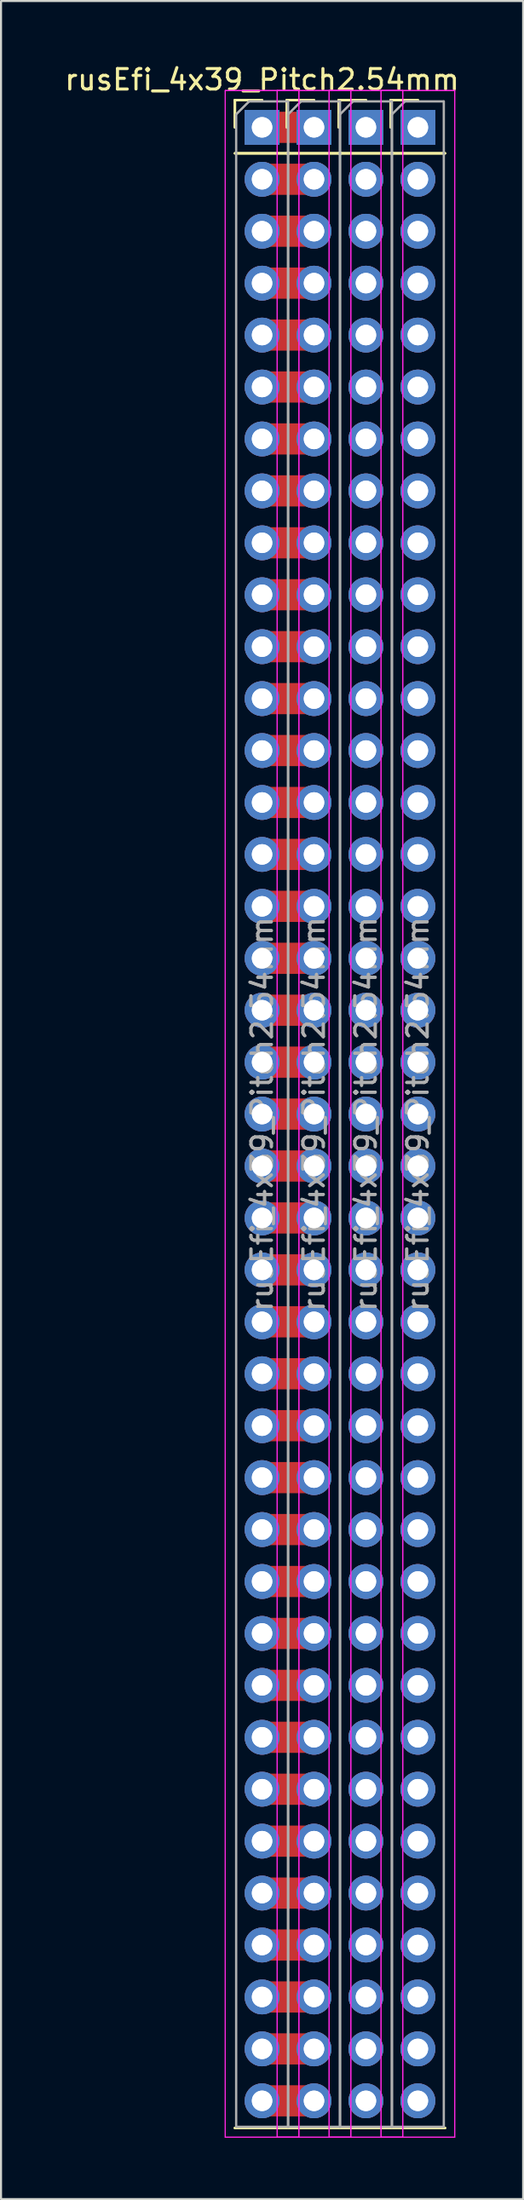
<source format=kicad_pcb>
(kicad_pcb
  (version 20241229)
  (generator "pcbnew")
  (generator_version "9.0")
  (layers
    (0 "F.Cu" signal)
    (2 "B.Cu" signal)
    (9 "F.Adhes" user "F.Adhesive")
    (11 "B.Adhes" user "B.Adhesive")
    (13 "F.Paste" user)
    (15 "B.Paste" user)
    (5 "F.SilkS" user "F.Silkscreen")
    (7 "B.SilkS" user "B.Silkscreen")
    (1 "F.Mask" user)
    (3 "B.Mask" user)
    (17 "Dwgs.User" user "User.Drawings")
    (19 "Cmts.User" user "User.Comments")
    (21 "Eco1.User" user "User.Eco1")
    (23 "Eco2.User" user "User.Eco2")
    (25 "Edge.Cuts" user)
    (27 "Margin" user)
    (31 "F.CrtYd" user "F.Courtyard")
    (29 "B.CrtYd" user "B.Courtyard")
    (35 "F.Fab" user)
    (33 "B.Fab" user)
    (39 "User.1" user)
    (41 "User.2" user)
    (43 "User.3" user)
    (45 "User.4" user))
  (footprint "rusEfi_4x39_Pitch2.54mm"
    (layer "F.Cu")
    (at 9.768 3.178)
    (property "Reference" "rusEfi_4x39_Pitch2.54mm" (at 0 -2.33 0) (layer "F.SilkS") (effects (font (size 1 1) (thickness 0.15))))
    (attr through_hole)
    (fp_line (start -1.33 -1.33) (end 0 -1.33) (stroke (width 0.12) (type solid)) (layer "F.SilkS"))
    (fp_line (start -1.33 -1.33) (end 0 -1.33) (stroke (width 0.12) (type solid)) (layer "F.SilkS"))
    (fp_line (start -1.33 0) (end -1.33 -1.33) (stroke (width 0.12) (type solid)) (layer "F.SilkS"))
    (fp_line (start -1.33 0) (end -1.33 -1.33) (stroke (width 0.12) (type solid)) (layer "F.SilkS"))
    (fp_line (start -1.33 1.27) (end 1.33 1.27) (stroke (width 0.12) (type solid)) (layer "F.SilkS"))
    (fp_line (start -1.33 1.27) (end 1.33 1.27) (stroke (width 0.12) (type solid)) (layer "F.SilkS"))
    (fp_line (start -1.33 97.85) (end 1.33 97.85) (stroke (width 0.12) (type solid)) (layer "F.SilkS"))
    (fp_line (start -1.33 97.85) (end 1.33 97.85) (stroke (width 0.12) (type solid)) (layer "F.SilkS"))
    (fp_line (start 1.21 -1.33) (end 2.54 -1.33) (stroke (width 0.12) (type solid)) (layer "F.SilkS"))
    (fp_line (start 1.21 -1.33) (end 2.54 -1.33) (stroke (width 0.12) (type solid)) (layer "F.SilkS"))
    (fp_line (start 1.21 0) (end 1.21 -1.33) (stroke (width 0.12) (type solid)) (layer "F.SilkS"))
    (fp_line (start 1.21 0) (end 1.21 -1.33) (stroke (width 0.12) (type solid)) (layer "F.SilkS"))
    (fp_line (start 1.21 1.27) (end 3.87 1.27) (stroke (width 0.12) (type solid)) (layer "F.SilkS"))
    (fp_line (start 1.21 1.27) (end 3.87 1.27) (stroke (width 0.12) (type solid)) (layer "F.SilkS"))
    (fp_line (start 1.21 97.85) (end 3.87 97.85) (stroke (width 0.12) (type solid)) (layer "F.SilkS"))
    (fp_line (start 1.21 97.85) (end 3.87 97.85) (stroke (width 0.12) (type solid)) (layer "F.SilkS"))
    (fp_line (start 3.75 -1.33) (end 5.08 -1.33) (stroke (width 0.12) (type solid)) (layer "F.SilkS"))
    (fp_line (start 3.75 -1.33) (end 5.08 -1.33) (stroke (width 0.12) (type solid)) (layer "F.SilkS"))
    (fp_line (start 3.75 0) (end 3.75 -1.33) (stroke (width 0.12) (type solid)) (layer "F.SilkS"))
    (fp_line (start 3.75 0) (end 3.75 -1.33) (stroke (width 0.12) (type solid)) (layer "F.SilkS"))
    (fp_line (start 3.75 1.27) (end 6.41 1.27) (stroke (width 0.12) (type solid)) (layer "F.SilkS"))
    (fp_line (start 3.75 1.27) (end 6.41 1.27) (stroke (width 0.12) (type solid)) (layer "F.SilkS"))
    (fp_line (start 3.75 97.85) (end 6.41 97.85) (stroke (width 0.12) (type solid)) (layer "F.SilkS"))
    (fp_line (start 3.75 97.85) (end 6.41 97.85) (stroke (width 0.12) (type solid)) (layer "F.SilkS"))
    (fp_line (start 6.29 -1.33) (end 7.62 -1.33) (stroke (width 0.12) (type solid)) (layer "F.SilkS"))
    (fp_line (start 6.29 -1.33) (end 7.62 -1.33) (stroke (width 0.12) (type solid)) (layer "F.SilkS"))
    (fp_line (start 6.29 0) (end 6.29 -1.33) (stroke (width 0.12) (type solid)) (layer "F.SilkS"))
    (fp_line (start 6.29 0) (end 6.29 -1.33) (stroke (width 0.12) (type solid)) (layer "F.SilkS"))
    (fp_line (start 6.29 1.27) (end 8.95 1.27) (stroke (width 0.12) (type solid)) (layer "F.SilkS"))
    (fp_line (start 6.29 1.27) (end 8.95 1.27) (stroke (width 0.12) (type solid)) (layer "F.SilkS"))
    (fp_line (start 6.29 97.85) (end 8.95 97.85) (stroke (width 0.12) (type solid)) (layer "F.SilkS"))
    (fp_line (start 6.29 97.85) (end 8.95 97.85) (stroke (width 0.12) (type solid)) (layer "F.SilkS"))
    (fp_line (start -1.8 -1.8) (end -1.8 98.3) (stroke (width 0.05) (type solid)) (layer "F.CrtYd"))
    (fp_line (start -1.8 -1.8) (end -1.8 98.3) (stroke (width 0.05) (type solid)) (layer "F.CrtYd"))
    (fp_line (start -1.8 98.3) (end 1.8 98.3) (stroke (width 0.05) (type solid)) (layer "F.CrtYd"))
    (fp_line (start -1.8 98.3) (end 1.8 98.3) (stroke (width 0.05) (type solid)) (layer "F.CrtYd"))
    (fp_line (start 0.74 -1.8) (end 0.74 98.3) (stroke (width 0.05) (type solid)) (layer "F.CrtYd"))
    (fp_line (start 0.74 -1.8) (end 0.74 98.3) (stroke (width 0.05) (type solid)) (layer "F.CrtYd"))
    (fp_line (start 0.74 98.3) (end 4.34 98.3) (stroke (width 0.05) (type solid)) (layer "F.CrtYd"))
    (fp_line (start 0.74 98.3) (end 4.34 98.3) (stroke (width 0.05) (type solid)) (layer "F.CrtYd"))
    (fp_line (start 1.8 -1.8) (end -1.8 -1.8) (stroke (width 0.05) (type solid)) (layer "F.CrtYd"))
    (fp_line (start 1.8 -1.8) (end -1.8 -1.8) (stroke (width 0.05) (type solid)) (layer "F.CrtYd"))
    (fp_line (start 1.8 98.3) (end 1.8 -1.8) (stroke (width 0.05) (type solid)) (layer "F.CrtYd"))
    (fp_line (start 1.8 98.3) (end 1.8 -1.8) (stroke (width 0.05) (type solid)) (layer "F.CrtYd"))
    (fp_line (start 3.28 -1.8) (end 3.28 98.3) (stroke (width 0.05) (type solid)) (layer "F.CrtYd"))
    (fp_line (start 3.28 -1.8) (end 3.28 98.3) (stroke (width 0.05) (type solid)) (layer "F.CrtYd"))
    (fp_line (start 3.28 98.3) (end 6.88 98.3) (stroke (width 0.05) (type solid)) (layer "F.CrtYd"))
    (fp_line (start 3.28 98.3) (end 6.88 98.3) (stroke (width 0.05) (type solid)) (layer "F.CrtYd"))
    (fp_line (start 4.34 -1.8) (end 0.74 -1.8) (stroke (width 0.05) (type solid)) (layer "F.CrtYd"))
    (fp_line (start 4.34 -1.8) (end 0.74 -1.8) (stroke (width 0.05) (type solid)) (layer "F.CrtYd"))
    (fp_line (start 4.34 98.3) (end 4.34 -1.8) (stroke (width 0.05) (type solid)) (layer "F.CrtYd"))
    (fp_line (start 4.34 98.3) (end 4.34 -1.8) (stroke (width 0.05) (type solid)) (layer "F.CrtYd"))
    (fp_line (start 5.82 -1.8) (end 5.82 98.3) (stroke (width 0.05) (type solid)) (layer "F.CrtYd"))
    (fp_line (start 5.82 -1.8) (end 5.82 98.3) (stroke (width 0.05) (type solid)) (layer "F.CrtYd"))
    (fp_line (start 5.82 98.3) (end 9.42 98.3) (stroke (width 0.05) (type solid)) (layer "F.CrtYd"))
    (fp_line (start 5.82 98.3) (end 9.42 98.3) (stroke (width 0.05) (type solid)) (layer "F.CrtYd"))
    (fp_line (start 6.88 -1.8) (end 3.28 -1.8) (stroke (width 0.05) (type solid)) (layer "F.CrtYd"))
    (fp_line (start 6.88 -1.8) (end 3.28 -1.8) (stroke (width 0.05) (type solid)) (layer "F.CrtYd"))
    (fp_line (start 6.88 98.3) (end 6.88 -1.8) (stroke (width 0.05) (type solid)) (layer "F.CrtYd"))
    (fp_line (start 6.88 98.3) (end 6.88 -1.8) (stroke (width 0.05) (type solid)) (layer "F.CrtYd"))
    (fp_line (start 9.42 -1.8) (end 5.82 -1.8) (stroke (width 0.05) (type solid)) (layer "F.CrtYd"))
    (fp_line (start 9.42 -1.8) (end 5.82 -1.8) (stroke (width 0.05) (type solid)) (layer "F.CrtYd"))
    (fp_line (start 9.42 98.3) (end 9.42 -1.8) (stroke (width 0.05) (type solid)) (layer "F.CrtYd"))
    (fp_line (start 9.42 98.3) (end 9.42 -1.8) (stroke (width 0.05) (type solid)) (layer "F.CrtYd"))
    (fp_line (start -1.27 -0.635) (end -0.635 -1.27) (stroke (width 0.1) (type solid)) (layer "F.Fab"))
    (fp_line (start -1.27 -0.635) (end -0.635 -1.27) (stroke (width 0.1) (type solid)) (layer "F.Fab"))
    (fp_line (start -1.27 97.79) (end -1.27 -0.635) (stroke (width 0.1) (type solid)) (layer "F.Fab"))
    (fp_line (start -1.27 97.79) (end -1.27 -0.635) (stroke (width 0.1) (type solid)) (layer "F.Fab"))
    (fp_line (start -0.635 -1.27) (end 1.27 -1.27) (stroke (width 0.1) (type solid)) (layer "F.Fab"))
    (fp_line (start -0.635 -1.27) (end 1.27 -1.27) (stroke (width 0.1) (type solid)) (layer "F.Fab"))
    (fp_line (start 1.27 -1.27) (end 1.27 97.79) (stroke (width 0.1) (type solid)) (layer "F.Fab"))
    (fp_line (start 1.27 -1.27) (end 1.27 97.79) (stroke (width 0.1) (type solid)) (layer "F.Fab"))
    (fp_line (start 1.27 -0.635) (end 1.905 -1.27) (stroke (width 0.1) (type solid)) (layer "F.Fab"))
    (fp_line (start 1.27 -0.635) (end 1.905 -1.27) (stroke (width 0.1) (type solid)) (layer "F.Fab"))
    (fp_line (start 1.27 97.79) (end -1.27 97.79) (stroke (width 0.1) (type solid)) (layer "F.Fab"))
    (fp_line (start 1.27 97.79) (end -1.27 97.79) (stroke (width 0.1) (type solid)) (layer "F.Fab"))
    (fp_line (start 1.27 97.79) (end 1.27 -0.635) (stroke (width 0.1) (type solid)) (layer "F.Fab"))
    (fp_line (start 1.27 97.79) (end 1.27 -0.635) (stroke (width 0.1) (type solid)) (layer "F.Fab"))
    (fp_line (start 1.905 -1.27) (end 3.81 -1.27) (stroke (width 0.1) (type solid)) (layer "F.Fab"))
    (fp_line (start 1.905 -1.27) (end 3.81 -1.27) (stroke (width 0.1) (type solid)) (layer "F.Fab"))
    (fp_line (start 3.81 -1.27) (end 3.81 97.79) (stroke (width 0.1) (type solid)) (layer "F.Fab"))
    (fp_line (start 3.81 -1.27) (end 3.81 97.79) (stroke (width 0.1) (type solid)) (layer "F.Fab"))
    (fp_line (start 3.81 -0.635) (end 4.445 -1.27) (stroke (width 0.1) (type solid)) (layer "F.Fab"))
    (fp_line (start 3.81 -0.635) (end 4.445 -1.27) (stroke (width 0.1) (type solid)) (layer "F.Fab"))
    (fp_line (start 3.81 97.79) (end 1.27 97.79) (stroke (width 0.1) (type solid)) (layer "F.Fab"))
    (fp_line (start 3.81 97.79) (end 1.27 97.79) (stroke (width 0.1) (type solid)) (layer "F.Fab"))
    (fp_line (start 3.81 97.79) (end 3.81 -0.635) (stroke (width 0.1) (type solid)) (layer "F.Fab"))
    (fp_line (start 3.81 97.79) (end 3.81 -0.635) (stroke (width 0.1) (type solid)) (layer "F.Fab"))
    (fp_line (start 4.445 -1.27) (end 6.35 -1.27) (stroke (width 0.1) (type solid)) (layer "F.Fab"))
    (fp_line (start 4.445 -1.27) (end 6.35 -1.27) (stroke (width 0.1) (type solid)) (layer "F.Fab"))
    (fp_line (start 6.35 -1.27) (end 6.35 97.79) (stroke (width 0.1) (type solid)) (layer "F.Fab"))
    (fp_line (start 6.35 -1.27) (end 6.35 97.79) (stroke (width 0.1) (type solid)) (layer "F.Fab"))
    (fp_line (start 6.35 -0.635) (end 6.985 -1.27) (stroke (width 0.1) (type solid)) (layer "F.Fab"))
    (fp_line (start 6.35 -0.635) (end 6.985 -1.27) (stroke (width 0.1) (type solid)) (layer "F.Fab"))
    (fp_line (start 6.35 97.79) (end 3.81 97.79) (stroke (width 0.1) (type solid)) (layer "F.Fab"))
    (fp_line (start 6.35 97.79) (end 3.81 97.79) (stroke (width 0.1) (type solid)) (layer "F.Fab"))
    (fp_line (start 6.35 97.79) (end 6.35 -0.635) (stroke (width 0.1) (type solid)) (layer "F.Fab"))
    (fp_line (start 6.35 97.79) (end 6.35 -0.635) (stroke (width 0.1) (type solid)) (layer "F.Fab"))
    (fp_line (start 6.985 -1.27) (end 8.89 -1.27) (stroke (width 0.1) (type solid)) (layer "F.Fab"))
    (fp_line (start 6.985 -1.27) (end 8.89 -1.27) (stroke (width 0.1) (type solid)) (layer "F.Fab"))
    (fp_line (start 8.89 -1.27) (end 8.89 97.79) (stroke (width 0.1) (type solid)) (layer "F.Fab"))
    (fp_line (start 8.89 -1.27) (end 8.89 97.79) (stroke (width 0.1) (type solid)) (layer "F.Fab"))
    (fp_line (start 8.89 97.79) (end 6.35 97.79) (stroke (width 0.1) (type solid)) (layer "F.Fab"))
    (fp_line (start 8.89 97.79) (end 6.35 97.79) (stroke (width 0.1) (type solid)) (layer "F.Fab"))
    (fp_text user "${REFERENCE}" (at 2.54 48.26 90) (layer "F.Fab") (effects (font (size 1 1) (thickness 0.15))))
    (fp_text user "${REFERENCE}" (at 0 48.26 90) (layer "F.Fab") (effects (font (size 1 1) (thickness 0.15))))
    (fp_text user "${REFERENCE}" (at 5.08 48.26 90) (layer "F.Fab") (effects (font (size 1 1) (thickness 0.15))))
    (fp_text user "${REFERENCE}" (at 5.08 48.26 90) (layer "F.Fab") (effects (font (size 1 1) (thickness 0.15))))
    (fp_text user "${REFERENCE}" (at 2.54 48.26 90) (layer "F.Fab") (effects (font (size 1 1) (thickness 0.15))))
    (fp_text user "${REFERENCE}" (at 0 48.26 90) (layer "F.Fab") (effects (font (size 1 1) (thickness 0.15))))
    (fp_text user "${REFERENCE}" (at 7.62 48.26 90) (layer "F.Fab") (effects (font (size 1 1) (thickness 0.15))))
    (fp_text user "${REFERENCE}" (at 7.62 48.26 90) (layer "F.Fab") (effects (font (size 1 1) (thickness 0.15))))
    (pad "1" thru_hole rect (at 0 0) (size 1.7 1.7) (drill 1) (layers "*.Cu" "*.Mask"))
    (pad "1" thru_hole rect (at 0 0) (size 1.7 1.7) (drill 1) (layers "*.Cu" "*.Mask"))
    (pad "1" smd rect (at 1.27 0) (size 2.54 1.524) (layers "F.Cu"))
    (pad "1" thru_hole rect (at 2.54 0) (size 1.7 1.7) (drill 1) (layers "*.Cu" "*.Mask"))
    (pad "1" thru_hole rect (at 2.54 0) (size 1.7 1.7) (drill 1) (layers "*.Cu" "*.Mask"))
    (pad "1" thru_hole rect (at 5.08 0) (size 1.7 1.7) (drill 1) (layers "*.Cu" "*.Mask"))
    (pad "1" thru_hole rect (at 5.08 0) (size 1.7 1.7) (drill 1) (layers "*.Cu" "*.Mask"))
    (pad "1" thru_hole rect (at 7.62 0) (size 1.7 1.7) (drill 1) (layers "*.Cu" "*.Mask"))
    (pad "1" thru_hole rect (at 7.62 0) (size 1.7 1.7) (drill 1) (layers "*.Cu" "*.Mask"))
    (pad "2" thru_hole oval (at 0 2.54) (size 1.7 1.7) (drill 1) (layers "*.Cu" "*.Mask"))
    (pad "2" thru_hole oval (at 0 2.54) (size 1.7 1.7) (drill 1) (layers "*.Cu" "*.Mask"))
    (pad "2" smd rect (at 1.27 2.54) (size 2.54 1.524) (layers "F.Cu"))
    (pad "2" thru_hole oval (at 2.54 2.54) (size 1.7 1.7) (drill 1) (layers "*.Cu" "*.Mask"))
    (pad "2" thru_hole oval (at 2.54 2.54) (size 1.7 1.7) (drill 1) (layers "*.Cu" "*.Mask"))
    (pad "2" thru_hole oval (at 5.08 2.54) (size 1.7 1.7) (drill 1) (layers "*.Cu" "*.Mask"))
    (pad "2" thru_hole oval (at 5.08 2.54) (size 1.7 1.7) (drill 1) (layers "*.Cu" "*.Mask"))
    (pad "2" thru_hole oval (at 7.62 2.54) (size 1.7 1.7) (drill 1) (layers "*.Cu" "*.Mask"))
    (pad "2" thru_hole oval (at 7.62 2.54) (size 1.7 1.7) (drill 1) (layers "*.Cu" "*.Mask"))
    (pad "3" thru_hole oval (at 0 5.08) (size 1.7 1.7) (drill 1) (layers "*.Cu" "*.Mask"))
    (pad "3" thru_hole oval (at 0 5.08) (size 1.7 1.7) (drill 1) (layers "*.Cu" "*.Mask"))
    (pad "3" smd rect (at 1.27 5.08) (size 2.54 1.524) (layers "F.Cu"))
    (pad "3" thru_hole oval (at 2.54 5.08) (size 1.7 1.7) (drill 1) (layers "*.Cu" "*.Mask"))
    (pad "3" thru_hole oval (at 2.54 5.08) (size 1.7 1.7) (drill 1) (layers "*.Cu" "*.Mask"))
    (pad "3" thru_hole oval (at 5.08 5.08) (size 1.7 1.7) (drill 1) (layers "*.Cu" "*.Mask"))
    (pad "3" thru_hole oval (at 5.08 5.08) (size 1.7 1.7) (drill 1) (layers "*.Cu" "*.Mask"))
    (pad "3" thru_hole oval (at 7.62 5.08) (size 1.7 1.7) (drill 1) (layers "*.Cu" "*.Mask"))
    (pad "3" thru_hole oval (at 7.62 5.08) (size 1.7 1.7) (drill 1) (layers "*.Cu" "*.Mask"))
    (pad "4" thru_hole oval (at 0 7.62) (size 1.7 1.7) (drill 1) (layers "*.Cu" "*.Mask"))
    (pad "4" thru_hole oval (at 0 7.62) (size 1.7 1.7) (drill 1) (layers "*.Cu" "*.Mask"))
    (pad "4" smd rect (at 1.27 7.62) (size 2.54 1.524) (layers "F.Cu"))
    (pad "4" thru_hole oval (at 2.54 7.62) (size 1.7 1.7) (drill 1) (layers "*.Cu" "*.Mask"))
    (pad "4" thru_hole oval (at 2.54 7.62) (size 1.7 1.7) (drill 1) (layers "*.Cu" "*.Mask"))
    (pad "4" thru_hole oval (at 5.08 7.62) (size 1.7 1.7) (drill 1) (layers "*.Cu" "*.Mask"))
    (pad "4" thru_hole oval (at 5.08 7.62) (size 1.7 1.7) (drill 1) (layers "*.Cu" "*.Mask"))
    (pad "4" thru_hole oval (at 7.62 7.62) (size 1.7 1.7) (drill 1) (layers "*.Cu" "*.Mask"))
    (pad "4" thru_hole oval (at 7.62 7.62) (size 1.7 1.7) (drill 1) (layers "*.Cu" "*.Mask"))
    (pad "5" thru_hole oval (at 0 10.16) (size 1.7 1.7) (drill 1) (layers "*.Cu" "*.Mask"))
    (pad "5" thru_hole oval (at 0 10.16) (size 1.7 1.7) (drill 1) (layers "*.Cu" "*.Mask"))
    (pad "5" smd rect (at 1.27 10.16) (size 2.54 1.524) (layers "F.Cu"))
    (pad "5" thru_hole oval (at 2.54 10.16) (size 1.7 1.7) (drill 1) (layers "*.Cu" "*.Mask"))
    (pad "5" thru_hole oval (at 2.54 10.16) (size 1.7 1.7) (drill 1) (layers "*.Cu" "*.Mask"))
    (pad "5" thru_hole oval (at 5.08 10.16) (size 1.7 1.7) (drill 1) (layers "*.Cu" "*.Mask"))
    (pad "5" thru_hole oval (at 5.08 10.16) (size 1.7 1.7) (drill 1) (layers "*.Cu" "*.Mask"))
    (pad "5" thru_hole oval (at 7.62 10.16) (size 1.7 1.7) (drill 1) (layers "*.Cu" "*.Mask"))
    (pad "5" thru_hole oval (at 7.62 10.16) (size 1.7 1.7) (drill 1) (layers "*.Cu" "*.Mask"))
    (pad "6" thru_hole oval (at 0 12.7) (size 1.7 1.7) (drill 1) (layers "*.Cu" "*.Mask"))
    (pad "6" thru_hole oval (at 0 12.7) (size 1.7 1.7) (drill 1) (layers "*.Cu" "*.Mask"))
    (pad "6" smd rect (at 1.27 12.7) (size 2.54 1.524) (layers "F.Cu"))
    (pad "6" thru_hole oval (at 2.54 12.7) (size 1.7 1.7) (drill 1) (layers "*.Cu" "*.Mask"))
    (pad "6" thru_hole oval (at 2.54 12.7) (size 1.7 1.7) (drill 1) (layers "*.Cu" "*.Mask"))
    (pad "6" thru_hole oval (at 5.08 12.7) (size 1.7 1.7) (drill 1) (layers "*.Cu" "*.Mask"))
    (pad "6" thru_hole oval (at 5.08 12.7) (size 1.7 1.7) (drill 1) (layers "*.Cu" "*.Mask"))
    (pad "6" thru_hole oval (at 7.62 12.7) (size 1.7 1.7) (drill 1) (layers "*.Cu" "*.Mask"))
    (pad "6" thru_hole oval (at 7.62 12.7) (size 1.7 1.7) (drill 1) (layers "*.Cu" "*.Mask"))
    (pad "7" thru_hole oval (at 0 15.24) (size 1.7 1.7) (drill 1) (layers "*.Cu" "*.Mask"))
    (pad "7" thru_hole oval (at 0 15.24) (size 1.7 1.7) (drill 1) (layers "*.Cu" "*.Mask"))
    (pad "7" smd rect (at 1.27 15.24) (size 2.54 1.524) (layers "F.Cu"))
    (pad "7" thru_hole oval (at 2.54 15.24) (size 1.7 1.7) (drill 1) (layers "*.Cu" "*.Mask"))
    (pad "7" thru_hole oval (at 2.54 15.24) (size 1.7 1.7) (drill 1) (layers "*.Cu" "*.Mask"))
    (pad "7" thru_hole oval (at 5.08 15.24) (size 1.7 1.7) (drill 1) (layers "*.Cu" "*.Mask"))
    (pad "7" thru_hole oval (at 5.08 15.24) (size 1.7 1.7) (drill 1) (layers "*.Cu" "*.Mask"))
    (pad "7" thru_hole oval (at 7.62 15.24) (size 1.7 1.7) (drill 1) (layers "*.Cu" "*.Mask"))
    (pad "7" thru_hole oval (at 7.62 15.24) (size 1.7 1.7) (drill 1) (layers "*.Cu" "*.Mask"))
    (pad "8" thru_hole oval (at 0 17.78) (size 1.7 1.7) (drill 1) (layers "*.Cu" "*.Mask"))
    (pad "8" thru_hole oval (at 0 17.78) (size 1.7 1.7) (drill 1) (layers "*.Cu" "*.Mask"))
    (pad "8" smd rect (at 1.27 17.78) (size 2.54 1.524) (layers "F.Cu"))
    (pad "8" thru_hole oval (at 2.54 17.78) (size 1.7 1.7) (drill 1) (layers "*.Cu" "*.Mask"))
    (pad "8" thru_hole oval (at 2.54 17.78) (size 1.7 1.7) (drill 1) (layers "*.Cu" "*.Mask"))
    (pad "8" thru_hole oval (at 5.08 17.78) (size 1.7 1.7) (drill 1) (layers "*.Cu" "*.Mask"))
    (pad "8" thru_hole oval (at 5.08 17.78) (size 1.7 1.7) (drill 1) (layers "*.Cu" "*.Mask"))
    (pad "8" thru_hole oval (at 7.62 17.78) (size 1.7 1.7) (drill 1) (layers "*.Cu" "*.Mask"))
    (pad "8" thru_hole oval (at 7.62 17.78) (size 1.7 1.7) (drill 1) (layers "*.Cu" "*.Mask"))
    (pad "9" thru_hole oval (at 0 20.32) (size 1.7 1.7) (drill 1) (layers "*.Cu" "*.Mask"))
    (pad "9" thru_hole oval (at 0 20.32) (size 1.7 1.7) (drill 1) (layers "*.Cu" "*.Mask"))
    (pad "9" smd rect (at 1.27 20.32) (size 2.54 1.524) (layers "F.Cu"))
    (pad "9" thru_hole oval (at 2.54 20.32) (size 1.7 1.7) (drill 1) (layers "*.Cu" "*.Mask"))
    (pad "9" thru_hole oval (at 2.54 20.32) (size 1.7 1.7) (drill 1) (layers "*.Cu" "*.Mask"))
    (pad "9" thru_hole oval (at 5.08 20.32) (size 1.7 1.7) (drill 1) (layers "*.Cu" "*.Mask"))
    (pad "9" thru_hole oval (at 5.08 20.32) (size 1.7 1.7) (drill 1) (layers "*.Cu" "*.Mask"))
    (pad "9" thru_hole oval (at 7.62 20.32) (size 1.7 1.7) (drill 1) (layers "*.Cu" "*.Mask"))
    (pad "9" thru_hole oval (at 7.62 20.32) (size 1.7 1.7) (drill 1) (layers "*.Cu" "*.Mask"))
    (pad "10" thru_hole oval (at 0 22.86) (size 1.7 1.7) (drill 1) (layers "*.Cu" "*.Mask"))
    (pad "10" thru_hole oval (at 0 22.86) (size 1.7 1.7) (drill 1) (layers "*.Cu" "*.Mask"))
    (pad "10" smd rect (at 1.27 22.86) (size 2.54 1.524) (layers "F.Cu"))
    (pad "10" thru_hole oval (at 2.54 22.86) (size 1.7 1.7) (drill 1) (layers "*.Cu" "*.Mask"))
    (pad "10" thru_hole oval (at 2.54 22.86) (size 1.7 1.7) (drill 1) (layers "*.Cu" "*.Mask"))
    (pad "10" thru_hole oval (at 5.08 22.86) (size 1.7 1.7) (drill 1) (layers "*.Cu" "*.Mask"))
    (pad "10" thru_hole oval (at 5.08 22.86) (size 1.7 1.7) (drill 1) (layers "*.Cu" "*.Mask"))
    (pad "10" thru_hole oval (at 7.62 22.86) (size 1.7 1.7) (drill 1) (layers "*.Cu" "*.Mask"))
    (pad "10" thru_hole oval (at 7.62 22.86) (size 1.7 1.7) (drill 1) (layers "*.Cu" "*.Mask"))
    (pad "11" thru_hole oval (at 0 25.4) (size 1.7 1.7) (drill 1) (layers "*.Cu" "*.Mask"))
    (pad "11" thru_hole oval (at 0 25.4) (size 1.7 1.7) (drill 1) (layers "*.Cu" "*.Mask"))
    (pad "11" smd rect (at 1.27 25.4) (size 2.54 1.524) (layers "F.Cu"))
    (pad "11" thru_hole oval (at 2.54 25.4) (size 1.7 1.7) (drill 1) (layers "*.Cu" "*.Mask"))
    (pad "11" thru_hole oval (at 2.54 25.4) (size 1.7 1.7) (drill 1) (layers "*.Cu" "*.Mask"))
    (pad "11" thru_hole oval (at 5.08 25.4) (size 1.7 1.7) (drill 1) (layers "*.Cu" "*.Mask"))
    (pad "11" thru_hole oval (at 5.08 25.4) (size 1.7 1.7) (drill 1) (layers "*.Cu" "*.Mask"))
    (pad "11" thru_hole oval (at 7.62 25.4) (size 1.7 1.7) (drill 1) (layers "*.Cu" "*.Mask"))
    (pad "11" thru_hole oval (at 7.62 25.4) (size 1.7 1.7) (drill 1) (layers "*.Cu" "*.Mask"))
    (pad "12" thru_hole oval (at 0 27.94) (size 1.7 1.7) (drill 1) (layers "*.Cu" "*.Mask"))
    (pad "12" thru_hole oval (at 0 27.94) (size 1.7 1.7) (drill 1) (layers "*.Cu" "*.Mask"))
    (pad "12" smd rect (at 1.27 27.94) (size 2.54 1.524) (layers "F.Cu"))
    (pad "12" thru_hole oval (at 2.54 27.94) (size 1.7 1.7) (drill 1) (layers "*.Cu" "*.Mask"))
    (pad "12" thru_hole oval (at 2.54 27.94) (size 1.7 1.7) (drill 1) (layers "*.Cu" "*.Mask"))
    (pad "12" thru_hole oval (at 5.08 27.94) (size 1.7 1.7) (drill 1) (layers "*.Cu" "*.Mask"))
    (pad "12" thru_hole oval (at 5.08 27.94) (size 1.7 1.7) (drill 1) (layers "*.Cu" "*.Mask"))
    (pad "12" thru_hole oval (at 7.62 27.94) (size 1.7 1.7) (drill 1) (layers "*.Cu" "*.Mask"))
    (pad "12" thru_hole oval (at 7.62 27.94) (size 1.7 1.7) (drill 1) (layers "*.Cu" "*.Mask"))
    (pad "13" thru_hole oval (at 0 30.48) (size 1.7 1.7) (drill 1) (layers "*.Cu" "*.Mask"))
    (pad "13" thru_hole oval (at 0 30.48) (size 1.7 1.7) (drill 1) (layers "*.Cu" "*.Mask"))
    (pad "13" smd rect (at 1.27 30.48) (size 2.54 1.524) (layers "F.Cu"))
    (pad "13" thru_hole oval (at 2.54 30.48) (size 1.7 1.7) (drill 1) (layers "*.Cu" "*.Mask"))
    (pad "13" thru_hole oval (at 2.54 30.48) (size 1.7 1.7) (drill 1) (layers "*.Cu" "*.Mask"))
    (pad "13" thru_hole oval (at 5.08 30.48) (size 1.7 1.7) (drill 1) (layers "*.Cu" "*.Mask"))
    (pad "13" thru_hole oval (at 5.08 30.48) (size 1.7 1.7) (drill 1) (layers "*.Cu" "*.Mask"))
    (pad "13" thru_hole oval (at 7.62 30.48) (size 1.7 1.7) (drill 1) (layers "*.Cu" "*.Mask"))
    (pad "13" thru_hole oval (at 7.62 30.48) (size 1.7 1.7) (drill 1) (layers "*.Cu" "*.Mask"))
    (pad "14" thru_hole oval (at 0 33.02) (size 1.7 1.7) (drill 1) (layers "*.Cu" "*.Mask"))
    (pad "14" thru_hole oval (at 0 33.02) (size 1.7 1.7) (drill 1) (layers "*.Cu" "*.Mask"))
    (pad "14" smd rect (at 1.27 33.02) (size 2.54 1.524) (layers "F.Cu"))
    (pad "14" thru_hole oval (at 2.54 33.02) (size 1.7 1.7) (drill 1) (layers "*.Cu" "*.Mask"))
    (pad "14" thru_hole oval (at 2.54 33.02) (size 1.7 1.7) (drill 1) (layers "*.Cu" "*.Mask"))
    (pad "14" thru_hole oval (at 5.08 33.02) (size 1.7 1.7) (drill 1) (layers "*.Cu" "*.Mask"))
    (pad "14" thru_hole oval (at 5.08 33.02) (size 1.7 1.7) (drill 1) (layers "*.Cu" "*.Mask"))
    (pad "14" thru_hole oval (at 7.62 33.02) (size 1.7 1.7) (drill 1) (layers "*.Cu" "*.Mask"))
    (pad "14" thru_hole oval (at 7.62 33.02) (size 1.7 1.7) (drill 1) (layers "*.Cu" "*.Mask"))
    (pad "15" thru_hole oval (at 0 35.56) (size 1.7 1.7) (drill 1) (layers "*.Cu" "*.Mask"))
    (pad "15" thru_hole oval (at 0 35.56) (size 1.7 1.7) (drill 1) (layers "*.Cu" "*.Mask"))
    (pad "15" smd rect (at 1.27 35.56) (size 2.54 1.524) (layers "F.Cu"))
    (pad "15" thru_hole oval (at 2.54 35.56) (size 1.7 1.7) (drill 1) (layers "*.Cu" "*.Mask"))
    (pad "15" thru_hole oval (at 2.54 35.56) (size 1.7 1.7) (drill 1) (layers "*.Cu" "*.Mask"))
    (pad "15" thru_hole oval (at 5.08 35.56) (size 1.7 1.7) (drill 1) (layers "*.Cu" "*.Mask"))
    (pad "15" thru_hole oval (at 5.08 35.56) (size 1.7 1.7) (drill 1) (layers "*.Cu" "*.Mask"))
    (pad "15" thru_hole oval (at 7.62 35.56) (size 1.7 1.7) (drill 1) (layers "*.Cu" "*.Mask"))
    (pad "15" thru_hole oval (at 7.62 35.56) (size 1.7 1.7) (drill 1) (layers "*.Cu" "*.Mask"))
    (pad "16" thru_hole oval (at 0 38.1) (size 1.7 1.7) (drill 1) (layers "*.Cu" "*.Mask"))
    (pad "16" thru_hole oval (at 0 38.1) (size 1.7 1.7) (drill 1) (layers "*.Cu" "*.Mask"))
    (pad "16" smd rect (at 1.27 38.1) (size 2.54 1.524) (layers "F.Cu"))
    (pad "16" thru_hole oval (at 2.54 38.1) (size 1.7 1.7) (drill 1) (layers "*.Cu" "*.Mask"))
    (pad "16" thru_hole oval (at 2.54 38.1) (size 1.7 1.7) (drill 1) (layers "*.Cu" "*.Mask"))
    (pad "16" thru_hole oval (at 5.08 38.1) (size 1.7 1.7) (drill 1) (layers "*.Cu" "*.Mask"))
    (pad "16" thru_hole oval (at 5.08 38.1) (size 1.7 1.7) (drill 1) (layers "*.Cu" "*.Mask"))
    (pad "16" thru_hole oval (at 7.62 38.1) (size 1.7 1.7) (drill 1) (layers "*.Cu" "*.Mask"))
    (pad "16" thru_hole oval (at 7.62 38.1) (size 1.7 1.7) (drill 1) (layers "*.Cu" "*.Mask"))
    (pad "17" thru_hole oval (at 0 40.64) (size 1.7 1.7) (drill 1) (layers "*.Cu" "*.Mask"))
    (pad "17" thru_hole oval (at 0 40.64) (size 1.7 1.7) (drill 1) (layers "*.Cu" "*.Mask"))
    (pad "17" smd rect (at 1.27 40.64) (size 2.54 1.524) (layers "F.Cu"))
    (pad "17" thru_hole oval (at 2.54 40.64) (size 1.7 1.7) (drill 1) (layers "*.Cu" "*.Mask"))
    (pad "17" thru_hole oval (at 2.54 40.64) (size 1.7 1.7) (drill 1) (layers "*.Cu" "*.Mask"))
    (pad "17" thru_hole oval (at 5.08 40.64) (size 1.7 1.7) (drill 1) (layers "*.Cu" "*.Mask"))
    (pad "17" thru_hole oval (at 5.08 40.64) (size 1.7 1.7) (drill 1) (layers "*.Cu" "*.Mask"))
    (pad "17" thru_hole oval (at 7.62 40.64) (size 1.7 1.7) (drill 1) (layers "*.Cu" "*.Mask"))
    (pad "17" thru_hole oval (at 7.62 40.64) (size 1.7 1.7) (drill 1) (layers "*.Cu" "*.Mask"))
    (pad "18" thru_hole oval (at 0 43.18) (size 1.7 1.7) (drill 1) (layers "*.Cu" "*.Mask"))
    (pad "18" thru_hole oval (at 0 43.18) (size 1.7 1.7) (drill 1) (layers "*.Cu" "*.Mask"))
    (pad "18" smd rect (at 1.27 43.18) (size 2.54 1.524) (layers "F.Cu"))
    (pad "18" thru_hole oval (at 2.54 43.18) (size 1.7 1.7) (drill 1) (layers "*.Cu" "*.Mask"))
    (pad "18" thru_hole oval (at 2.54 43.18) (size 1.7 1.7) (drill 1) (layers "*.Cu" "*.Mask"))
    (pad "18" thru_hole oval (at 5.08 43.18) (size 1.7 1.7) (drill 1) (layers "*.Cu" "*.Mask"))
    (pad "18" thru_hole oval (at 5.08 43.18) (size 1.7 1.7) (drill 1) (layers "*.Cu" "*.Mask"))
    (pad "18" thru_hole oval (at 7.62 43.18) (size 1.7 1.7) (drill 1) (layers "*.Cu" "*.Mask"))
    (pad "18" thru_hole oval (at 7.62 43.18) (size 1.7 1.7) (drill 1) (layers "*.Cu" "*.Mask"))
    (pad "19" thru_hole oval (at 0 45.72) (size 1.7 1.7) (drill 1) (layers "*.Cu" "*.Mask"))
    (pad "19" thru_hole oval (at 0 45.72) (size 1.7 1.7) (drill 1) (layers "*.Cu" "*.Mask"))
    (pad "19" smd rect (at 1.27 45.72) (size 2.54 1.524) (layers "F.Cu"))
    (pad "19" thru_hole oval (at 2.54 45.72) (size 1.7 1.7) (drill 1) (layers "*.Cu" "*.Mask"))
    (pad "19" thru_hole oval (at 2.54 45.72) (size 1.7 1.7) (drill 1) (layers "*.Cu" "*.Mask"))
    (pad "19" thru_hole oval (at 5.08 45.72) (size 1.7 1.7) (drill 1) (layers "*.Cu" "*.Mask"))
    (pad "19" thru_hole oval (at 5.08 45.72) (size 1.7 1.7) (drill 1) (layers "*.Cu" "*.Mask"))
    (pad "19" thru_hole oval (at 7.62 45.72) (size 1.7 1.7) (drill 1) (layers "*.Cu" "*.Mask"))
    (pad "19" thru_hole oval (at 7.62 45.72) (size 1.7 1.7) (drill 1) (layers "*.Cu" "*.Mask"))
    (pad "20" thru_hole oval (at 0 48.26) (size 1.7 1.7) (drill 1) (layers "*.Cu" "*.Mask"))
    (pad "20" thru_hole oval (at 0 48.26) (size 1.7 1.7) (drill 1) (layers "*.Cu" "*.Mask"))
    (pad "20" smd rect (at 1.27 48.26) (size 2.54 1.524) (layers "F.Cu"))
    (pad "20" thru_hole oval (at 2.54 48.26) (size 1.7 1.7) (drill 1) (layers "*.Cu" "*.Mask"))
    (pad "20" thru_hole oval (at 2.54 48.26) (size 1.7 1.7) (drill 1) (layers "*.Cu" "*.Mask"))
    (pad "20" thru_hole oval (at 5.08 48.26) (size 1.7 1.7) (drill 1) (layers "*.Cu" "*.Mask"))
    (pad "20" thru_hole oval (at 5.08 48.26) (size 1.7 1.7) (drill 1) (layers "*.Cu" "*.Mask"))
    (pad "20" thru_hole oval (at 7.62 48.26) (size 1.7 1.7) (drill 1) (layers "*.Cu" "*.Mask"))
    (pad "20" thru_hole oval (at 7.62 48.26) (size 1.7 1.7) (drill 1) (layers "*.Cu" "*.Mask"))
    (pad "21" thru_hole oval (at 0 50.8) (size 1.7 1.7) (drill 1) (layers "*.Cu" "*.Mask"))
    (pad "21" thru_hole oval (at 0 50.8) (size 1.7 1.7) (drill 1) (layers "*.Cu" "*.Mask"))
    (pad "21" smd rect (at 1.27 50.8) (size 2.54 1.524) (layers "F.Cu"))
    (pad "21" thru_hole oval (at 2.54 50.8) (size 1.7 1.7) (drill 1) (layers "*.Cu" "*.Mask"))
    (pad "21" thru_hole oval (at 2.54 50.8) (size 1.7 1.7) (drill 1) (layers "*.Cu" "*.Mask"))
    (pad "21" thru_hole oval (at 5.08 50.8) (size 1.7 1.7) (drill 1) (layers "*.Cu" "*.Mask"))
    (pad "21" thru_hole oval (at 5.08 50.8) (size 1.7 1.7) (drill 1) (layers "*.Cu" "*.Mask"))
    (pad "21" thru_hole oval (at 7.62 50.8) (size 1.7 1.7) (drill 1) (layers "*.Cu" "*.Mask"))
    (pad "21" thru_hole oval (at 7.62 50.8) (size 1.7 1.7) (drill 1) (layers "*.Cu" "*.Mask"))
    (pad "22" thru_hole oval (at 0 53.34) (size 1.7 1.7) (drill 1) (layers "*.Cu" "*.Mask"))
    (pad "22" thru_hole oval (at 0 53.34) (size 1.7 1.7) (drill 1) (layers "*.Cu" "*.Mask"))
    (pad "22" smd rect (at 1.27 53.34) (size 2.54 1.524) (layers "F.Cu"))
    (pad "22" thru_hole oval (at 2.54 53.34) (size 1.7 1.7) (drill 1) (layers "*.Cu" "*.Mask"))
    (pad "22" thru_hole oval (at 2.54 53.34) (size 1.7 1.7) (drill 1) (layers "*.Cu" "*.Mask"))
    (pad "22" thru_hole oval (at 5.08 53.34) (size 1.7 1.7) (drill 1) (layers "*.Cu" "*.Mask"))
    (pad "22" thru_hole oval (at 5.08 53.34) (size 1.7 1.7) (drill 1) (layers "*.Cu" "*.Mask"))
    (pad "22" thru_hole oval (at 7.62 53.34) (size 1.7 1.7) (drill 1) (layers "*.Cu" "*.Mask"))
    (pad "22" thru_hole oval (at 7.62 53.34) (size 1.7 1.7) (drill 1) (layers "*.Cu" "*.Mask"))
    (pad "23" thru_hole oval (at 0 55.88) (size 1.7 1.7) (drill 1) (layers "*.Cu" "*.Mask"))
    (pad "23" thru_hole oval (at 0 55.88) (size 1.7 1.7) (drill 1) (layers "*.Cu" "*.Mask"))
    (pad "23" smd rect (at 1.27 55.88) (size 2.54 1.524) (layers "F.Cu"))
    (pad "23" thru_hole oval (at 2.54 55.88) (size 1.7 1.7) (drill 1) (layers "*.Cu" "*.Mask"))
    (pad "23" thru_hole oval (at 2.54 55.88) (size 1.7 1.7) (drill 1) (layers "*.Cu" "*.Mask"))
    (pad "23" thru_hole oval (at 5.08 55.88) (size 1.7 1.7) (drill 1) (layers "*.Cu" "*.Mask"))
    (pad "23" thru_hole oval (at 5.08 55.88) (size 1.7 1.7) (drill 1) (layers "*.Cu" "*.Mask"))
    (pad "23" thru_hole oval (at 7.62 55.88) (size 1.7 1.7) (drill 1) (layers "*.Cu" "*.Mask"))
    (pad "23" thru_hole oval (at 7.62 55.88) (size 1.7 1.7) (drill 1) (layers "*.Cu" "*.Mask"))
    (pad "24" thru_hole oval (at 0 58.42) (size 1.7 1.7) (drill 1) (layers "*.Cu" "*.Mask"))
    (pad "24" thru_hole oval (at 0 58.42) (size 1.7 1.7) (drill 1) (layers "*.Cu" "*.Mask"))
    (pad "24" smd rect (at 1.27 58.42) (size 2.54 1.524) (layers "F.Cu"))
    (pad "24" thru_hole oval (at 2.54 58.42) (size 1.7 1.7) (drill 1) (layers "*.Cu" "*.Mask"))
    (pad "24" thru_hole oval (at 2.54 58.42) (size 1.7 1.7) (drill 1) (layers "*.Cu" "*.Mask"))
    (pad "24" thru_hole oval (at 5.08 58.42) (size 1.7 1.7) (drill 1) (layers "*.Cu" "*.Mask"))
    (pad "24" thru_hole oval (at 5.08 58.42) (size 1.7 1.7) (drill 1) (layers "*.Cu" "*.Mask"))
    (pad "24" thru_hole oval (at 7.62 58.42) (size 1.7 1.7) (drill 1) (layers "*.Cu" "*.Mask"))
    (pad "24" thru_hole oval (at 7.62 58.42) (size 1.7 1.7) (drill 1) (layers "*.Cu" "*.Mask"))
    (pad "25" thru_hole oval (at 0 60.96) (size 1.7 1.7) (drill 1) (layers "*.Cu" "*.Mask"))
    (pad "25" thru_hole oval (at 0 60.96) (size 1.7 1.7) (drill 1) (layers "*.Cu" "*.Mask"))
    (pad "25" smd rect (at 1.27 60.96) (size 2.54 1.524) (layers "F.Cu"))
    (pad "25" thru_hole oval (at 2.54 60.96) (size 1.7 1.7) (drill 1) (layers "*.Cu" "*.Mask"))
    (pad "25" thru_hole oval (at 2.54 60.96) (size 1.7 1.7) (drill 1) (layers "*.Cu" "*.Mask"))
    (pad "25" thru_hole oval (at 5.08 60.96) (size 1.7 1.7) (drill 1) (layers "*.Cu" "*.Mask"))
    (pad "25" thru_hole oval (at 5.08 60.96) (size 1.7 1.7) (drill 1) (layers "*.Cu" "*.Mask"))
    (pad "25" thru_hole oval (at 7.62 60.96) (size 1.7 1.7) (drill 1) (layers "*.Cu" "*.Mask"))
    (pad "25" thru_hole oval (at 7.62 60.96) (size 1.7 1.7) (drill 1) (layers "*.Cu" "*.Mask"))
    (pad "26" thru_hole oval (at 0 63.5) (size 1.7 1.7) (drill 1) (layers "*.Cu" "*.Mask"))
    (pad "26" thru_hole oval (at 0 63.5) (size 1.7 1.7) (drill 1) (layers "*.Cu" "*.Mask"))
    (pad "26" smd rect (at 1.27 63.5) (size 2.54 1.524) (layers "F.Cu"))
    (pad "26" thru_hole oval (at 2.54 63.5) (size 1.7 1.7) (drill 1) (layers "*.Cu" "*.Mask"))
    (pad "26" thru_hole oval (at 2.54 63.5) (size 1.7 1.7) (drill 1) (layers "*.Cu" "*.Mask"))
    (pad "26" thru_hole oval (at 5.08 63.5) (size 1.7 1.7) (drill 1) (layers "*.Cu" "*.Mask"))
    (pad "26" thru_hole oval (at 5.08 63.5) (size 1.7 1.7) (drill 1) (layers "*.Cu" "*.Mask"))
    (pad "26" thru_hole oval (at 7.62 63.5) (size 1.7 1.7) (drill 1) (layers "*.Cu" "*.Mask"))
    (pad "26" thru_hole oval (at 7.62 63.5) (size 1.7 1.7) (drill 1) (layers "*.Cu" "*.Mask"))
    (pad "27" thru_hole oval (at 0 66.04) (size 1.7 1.7) (drill 1) (layers "*.Cu" "*.Mask"))
    (pad "27" thru_hole oval (at 0 66.04) (size 1.7 1.7) (drill 1) (layers "*.Cu" "*.Mask"))
    (pad "27" smd rect (at 1.27 66.04) (size 2.54 1.524) (layers "F.Cu"))
    (pad "27" thru_hole oval (at 2.54 66.04) (size 1.7 1.7) (drill 1) (layers "*.Cu" "*.Mask"))
    (pad "27" thru_hole oval (at 2.54 66.04) (size 1.7 1.7) (drill 1) (layers "*.Cu" "*.Mask"))
    (pad "27" thru_hole oval (at 5.08 66.04) (size 1.7 1.7) (drill 1) (layers "*.Cu" "*.Mask"))
    (pad "27" thru_hole oval (at 5.08 66.04) (size 1.7 1.7) (drill 1) (layers "*.Cu" "*.Mask"))
    (pad "27" thru_hole oval (at 7.62 66.04) (size 1.7 1.7) (drill 1) (layers "*.Cu" "*.Mask"))
    (pad "27" thru_hole oval (at 7.62 66.04) (size 1.7 1.7) (drill 1) (layers "*.Cu" "*.Mask"))
    (pad "28" thru_hole oval (at 0 68.58) (size 1.7 1.7) (drill 1) (layers "*.Cu" "*.Mask"))
    (pad "28" thru_hole oval (at 0 68.58) (size 1.7 1.7) (drill 1) (layers "*.Cu" "*.Mask"))
    (pad "28" smd rect (at 1.27 68.58) (size 2.54 1.524) (layers "F.Cu"))
    (pad "28" thru_hole oval (at 2.54 68.58) (size 1.7 1.7) (drill 1) (layers "*.Cu" "*.Mask"))
    (pad "28" thru_hole oval (at 2.54 68.58) (size 1.7 1.7) (drill 1) (layers "*.Cu" "*.Mask"))
    (pad "28" thru_hole oval (at 5.08 68.58) (size 1.7 1.7) (drill 1) (layers "*.Cu" "*.Mask"))
    (pad "28" thru_hole oval (at 5.08 68.58) (size 1.7 1.7) (drill 1) (layers "*.Cu" "*.Mask"))
    (pad "28" thru_hole oval (at 7.62 68.58) (size 1.7 1.7) (drill 1) (layers "*.Cu" "*.Mask"))
    (pad "28" thru_hole oval (at 7.62 68.58) (size 1.7 1.7) (drill 1) (layers "*.Cu" "*.Mask"))
    (pad "29" thru_hole oval (at 0 71.12) (size 1.7 1.7) (drill 1) (layers "*.Cu" "*.Mask"))
    (pad "29" thru_hole oval (at 0 71.12) (size 1.7 1.7) (drill 1) (layers "*.Cu" "*.Mask"))
    (pad "29" smd rect (at 1.27 71.12) (size 2.54 1.524) (layers "F.Cu"))
    (pad "29" thru_hole oval (at 2.54 71.12) (size 1.7 1.7) (drill 1) (layers "*.Cu" "*.Mask"))
    (pad "29" thru_hole oval (at 2.54 71.12) (size 1.7 1.7) (drill 1) (layers "*.Cu" "*.Mask"))
    (pad "29" thru_hole oval (at 5.08 71.12) (size 1.7 1.7) (drill 1) (layers "*.Cu" "*.Mask"))
    (pad "29" thru_hole oval (at 5.08 71.12) (size 1.7 1.7) (drill 1) (layers "*.Cu" "*.Mask"))
    (pad "29" thru_hole oval (at 7.62 71.12) (size 1.7 1.7) (drill 1) (layers "*.Cu" "*.Mask"))
    (pad "29" thru_hole oval (at 7.62 71.12) (size 1.7 1.7) (drill 1) (layers "*.Cu" "*.Mask"))
    (pad "30" thru_hole oval (at 0 73.66) (size 1.7 1.7) (drill 1) (layers "*.Cu" "*.Mask"))
    (pad "30" thru_hole oval (at 0 73.66) (size 1.7 1.7) (drill 1) (layers "*.Cu" "*.Mask"))
    (pad "30" smd rect (at 1.27 73.66) (size 2.54 1.524) (layers "F.Cu"))
    (pad "30" thru_hole oval (at 2.54 73.66) (size 1.7 1.7) (drill 1) (layers "*.Cu" "*.Mask"))
    (pad "30" thru_hole oval (at 2.54 73.66) (size 1.7 1.7) (drill 1) (layers "*.Cu" "*.Mask"))
    (pad "30" thru_hole oval (at 5.08 73.66) (size 1.7 1.7) (drill 1) (layers "*.Cu" "*.Mask"))
    (pad "30" thru_hole oval (at 5.08 73.66) (size 1.7 1.7) (drill 1) (layers "*.Cu" "*.Mask"))
    (pad "30" thru_hole oval (at 7.62 73.66) (size 1.7 1.7) (drill 1) (layers "*.Cu" "*.Mask"))
    (pad "30" thru_hole oval (at 7.62 73.66) (size 1.7 1.7) (drill 1) (layers "*.Cu" "*.Mask"))
    (pad "31" thru_hole oval (at 0 76.2) (size 1.7 1.7) (drill 1) (layers "*.Cu" "*.Mask"))
    (pad "31" thru_hole oval (at 0 76.2) (size 1.7 1.7) (drill 1) (layers "*.Cu" "*.Mask"))
    (pad "31" smd rect (at 1.27 76.2) (size 2.54 1.524) (layers "F.Cu"))
    (pad "31" thru_hole oval (at 2.54 76.2) (size 1.7 1.7) (drill 1) (layers "*.Cu" "*.Mask"))
    (pad "31" thru_hole oval (at 2.54 76.2) (size 1.7 1.7) (drill 1) (layers "*.Cu" "*.Mask"))
    (pad "31" thru_hole oval (at 5.08 76.2) (size 1.7 1.7) (drill 1) (layers "*.Cu" "*.Mask"))
    (pad "31" thru_hole oval (at 5.08 76.2) (size 1.7 1.7) (drill 1) (layers "*.Cu" "*.Mask"))
    (pad "31" thru_hole oval (at 7.62 76.2) (size 1.7 1.7) (drill 1) (layers "*.Cu" "*.Mask"))
    (pad "31" thru_hole oval (at 7.62 76.2) (size 1.7 1.7) (drill 1) (layers "*.Cu" "*.Mask"))
    (pad "32" thru_hole oval (at 0 78.74) (size 1.7 1.7) (drill 1) (layers "*.Cu" "*.Mask"))
    (pad "32" thru_hole oval (at 0 78.74) (size 1.7 1.7) (drill 1) (layers "*.Cu" "*.Mask"))
    (pad "32" smd rect (at 1.27 78.74) (size 2.54 1.524) (layers "F.Cu"))
    (pad "32" thru_hole oval (at 2.54 78.74) (size 1.7 1.7) (drill 1) (layers "*.Cu" "*.Mask"))
    (pad "32" thru_hole oval (at 2.54 78.74) (size 1.7 1.7) (drill 1) (layers "*.Cu" "*.Mask"))
    (pad "32" thru_hole oval (at 5.08 78.74) (size 1.7 1.7) (drill 1) (layers "*.Cu" "*.Mask"))
    (pad "32" thru_hole oval (at 5.08 78.74) (size 1.7 1.7) (drill 1) (layers "*.Cu" "*.Mask"))
    (pad "32" thru_hole oval (at 7.62 78.74) (size 1.7 1.7) (drill 1) (layers "*.Cu" "*.Mask"))
    (pad "32" thru_hole oval (at 7.62 78.74) (size 1.7 1.7) (drill 1) (layers "*.Cu" "*.Mask"))
    (pad "33" thru_hole oval (at 0 81.28) (size 1.7 1.7) (drill 1) (layers "*.Cu" "*.Mask"))
    (pad "33" thru_hole oval (at 0 81.28) (size 1.7 1.7) (drill 1) (layers "*.Cu" "*.Mask"))
    (pad "33" smd rect (at 1.27 81.28) (size 2.54 1.524) (layers "F.Cu"))
    (pad "33" thru_hole oval (at 2.54 81.28) (size 1.7 1.7) (drill 1) (layers "*.Cu" "*.Mask"))
    (pad "33" thru_hole oval (at 2.54 81.28) (size 1.7 1.7) (drill 1) (layers "*.Cu" "*.Mask"))
    (pad "33" thru_hole oval (at 5.08 81.28) (size 1.7 1.7) (drill 1) (layers "*.Cu" "*.Mask"))
    (pad "33" thru_hole oval (at 5.08 81.28) (size 1.7 1.7) (drill 1) (layers "*.Cu" "*.Mask"))
    (pad "33" thru_hole oval (at 7.62 81.28) (size 1.7 1.7) (drill 1) (layers "*.Cu" "*.Mask"))
    (pad "33" thru_hole oval (at 7.62 81.28) (size 1.7 1.7) (drill 1) (layers "*.Cu" "*.Mask"))
    (pad "34" thru_hole oval (at 0 83.82) (size 1.7 1.7) (drill 1) (layers "*.Cu" "*.Mask"))
    (pad "34" thru_hole oval (at 0 83.82) (size 1.7 1.7) (drill 1) (layers "*.Cu" "*.Mask"))
    (pad "34" smd rect (at 1.27 83.82) (size 2.54 1.524) (layers "F.Cu"))
    (pad "34" thru_hole oval (at 2.54 83.82) (size 1.7 1.7) (drill 1) (layers "*.Cu" "*.Mask"))
    (pad "34" thru_hole oval (at 2.54 83.82) (size 1.7 1.7) (drill 1) (layers "*.Cu" "*.Mask"))
    (pad "34" thru_hole oval (at 5.08 83.82) (size 1.7 1.7) (drill 1) (layers "*.Cu" "*.Mask"))
    (pad "34" thru_hole oval (at 5.08 83.82) (size 1.7 1.7) (drill 1) (layers "*.Cu" "*.Mask"))
    (pad "34" thru_hole oval (at 7.62 83.82) (size 1.7 1.7) (drill 1) (layers "*.Cu" "*.Mask"))
    (pad "34" thru_hole oval (at 7.62 83.82) (size 1.7 1.7) (drill 1) (layers "*.Cu" "*.Mask"))
    (pad "35" thru_hole oval (at 0 86.36) (size 1.7 1.7) (drill 1) (layers "*.Cu" "*.Mask"))
    (pad "35" thru_hole oval (at 0 86.36) (size 1.7 1.7) (drill 1) (layers "*.Cu" "*.Mask"))
    (pad "35" smd rect (at 1.27 86.36) (size 2.54 1.524) (layers "F.Cu"))
    (pad "35" thru_hole oval (at 2.54 86.36) (size 1.7 1.7) (drill 1) (layers "*.Cu" "*.Mask"))
    (pad "35" thru_hole oval (at 2.54 86.36) (size 1.7 1.7) (drill 1) (layers "*.Cu" "*.Mask"))
    (pad "35" thru_hole oval (at 5.08 86.36) (size 1.7 1.7) (drill 1) (layers "*.Cu" "*.Mask"))
    (pad "35" thru_hole oval (at 5.08 86.36) (size 1.7 1.7) (drill 1) (layers "*.Cu" "*.Mask"))
    (pad "35" thru_hole oval (at 7.62 86.36) (size 1.7 1.7) (drill 1) (layers "*.Cu" "*.Mask"))
    (pad "35" thru_hole oval (at 7.62 86.36) (size 1.7 1.7) (drill 1) (layers "*.Cu" "*.Mask"))
    (pad "36" thru_hole oval (at 0 88.9) (size 1.7 1.7) (drill 1) (layers "*.Cu" "*.Mask"))
    (pad "36" thru_hole oval (at 0 88.9) (size 1.7 1.7) (drill 1) (layers "*.Cu" "*.Mask"))
    (pad "36" smd rect (at 1.27 88.9) (size 2.54 1.524) (layers "F.Cu"))
    (pad "36" thru_hole oval (at 2.54 88.9) (size 1.7 1.7) (drill 1) (layers "*.Cu" "*.Mask"))
    (pad "36" thru_hole oval (at 2.54 88.9) (size 1.7 1.7) (drill 1) (layers "*.Cu" "*.Mask"))
    (pad "36" thru_hole oval (at 5.08 88.9) (size 1.7 1.7) (drill 1) (layers "*.Cu" "*.Mask"))
    (pad "36" thru_hole oval (at 5.08 88.9) (size 1.7 1.7) (drill 1) (layers "*.Cu" "*.Mask"))
    (pad "36" thru_hole oval (at 7.62 88.9) (size 1.7 1.7) (drill 1) (layers "*.Cu" "*.Mask"))
    (pad "36" thru_hole oval (at 7.62 88.9) (size 1.7 1.7) (drill 1) (layers "*.Cu" "*.Mask"))
    (pad "37" thru_hole oval (at 0 91.44) (size 1.7 1.7) (drill 1) (layers "*.Cu" "*.Mask"))
    (pad "37" thru_hole oval (at 0 91.44) (size 1.7 1.7) (drill 1) (layers "*.Cu" "*.Mask"))
    (pad "37" smd rect (at 1.27 91.44) (size 2.54 1.524) (layers "F.Cu"))
    (pad "37" thru_hole oval (at 2.54 91.44) (size 1.7 1.7) (drill 1) (layers "*.Cu" "*.Mask"))
    (pad "37" thru_hole oval (at 2.54 91.44) (size 1.7 1.7) (drill 1) (layers "*.Cu" "*.Mask"))
    (pad "37" thru_hole oval (at 5.08 91.44) (size 1.7 1.7) (drill 1) (layers "*.Cu" "*.Mask"))
    (pad "37" thru_hole oval (at 5.08 91.44) (size 1.7 1.7) (drill 1) (layers "*.Cu" "*.Mask"))
    (pad "37" thru_hole oval (at 7.62 91.44) (size 1.7 1.7) (drill 1) (layers "*.Cu" "*.Mask"))
    (pad "37" thru_hole oval (at 7.62 91.44) (size 1.7 1.7) (drill 1) (layers "*.Cu" "*.Mask"))
    (pad "38" thru_hole oval (at 0 93.98) (size 1.7 1.7) (drill 1) (layers "*.Cu" "*.Mask"))
    (pad "38" thru_hole oval (at 0 93.98) (size 1.7 1.7) (drill 1) (layers "*.Cu" "*.Mask"))
    (pad "38" smd rect (at 1.27 93.98) (size 2.54 1.524) (layers "F.Cu"))
    (pad "38" thru_hole oval (at 2.54 93.98) (size 1.7 1.7) (drill 1) (layers "*.Cu" "*.Mask"))
    (pad "38" thru_hole oval (at 2.54 93.98) (size 1.7 1.7) (drill 1) (layers "*.Cu" "*.Mask"))
    (pad "38" thru_hole oval (at 5.08 93.98) (size 1.7 1.7) (drill 1) (layers "*.Cu" "*.Mask"))
    (pad "38" thru_hole oval (at 5.08 93.98) (size 1.7 1.7) (drill 1) (layers "*.Cu" "*.Mask"))
    (pad "38" thru_hole oval (at 7.62 93.98) (size 1.7 1.7) (drill 1) (layers "*.Cu" "*.Mask"))
    (pad "38" thru_hole oval (at 7.62 93.98) (size 1.7 1.7) (drill 1) (layers "*.Cu" "*.Mask"))
    (pad "39" thru_hole oval (at 0 96.52) (size 1.7 1.7) (drill 1) (layers "*.Cu" "*.Mask"))
    (pad "39" thru_hole oval (at 0 96.52) (size 1.7 1.7) (drill 1) (layers "*.Cu" "*.Mask"))
    (pad "39" smd rect (at 1.27 96.52) (size 2.54 1.524) (layers "F.Cu"))
    (pad "39" thru_hole oval (at 2.54 96.52) (size 1.7 1.7) (drill 1) (layers "*.Cu" "*.Mask"))
    (pad "39" thru_hole oval (at 2.54 96.52) (size 1.7 1.7) (drill 1) (layers "*.Cu" "*.Mask"))
    (pad "39" thru_hole oval (at 5.08 96.52) (size 1.7 1.7) (drill 1) (layers "*.Cu" "*.Mask"))
    (pad "39" thru_hole oval (at 5.08 96.52) (size 1.7 1.7) (drill 1) (layers "*.Cu" "*.Mask"))
    (pad "39" thru_hole oval (at 7.62 96.52) (size 1.7 1.7) (drill 1) (layers "*.Cu" "*.Mask"))
    (pad "39" thru_hole oval (at 7.62 96.52) (size 1.7 1.7) (drill 1) (layers "*.Cu" "*.Mask")))
  (gr_rect
    (start -3 -3)
    (end 22.536 104.503)
    (stroke (width 0.1) (type default))
    (fill no)
    (layer "Edge.Cuts")))
</source>
